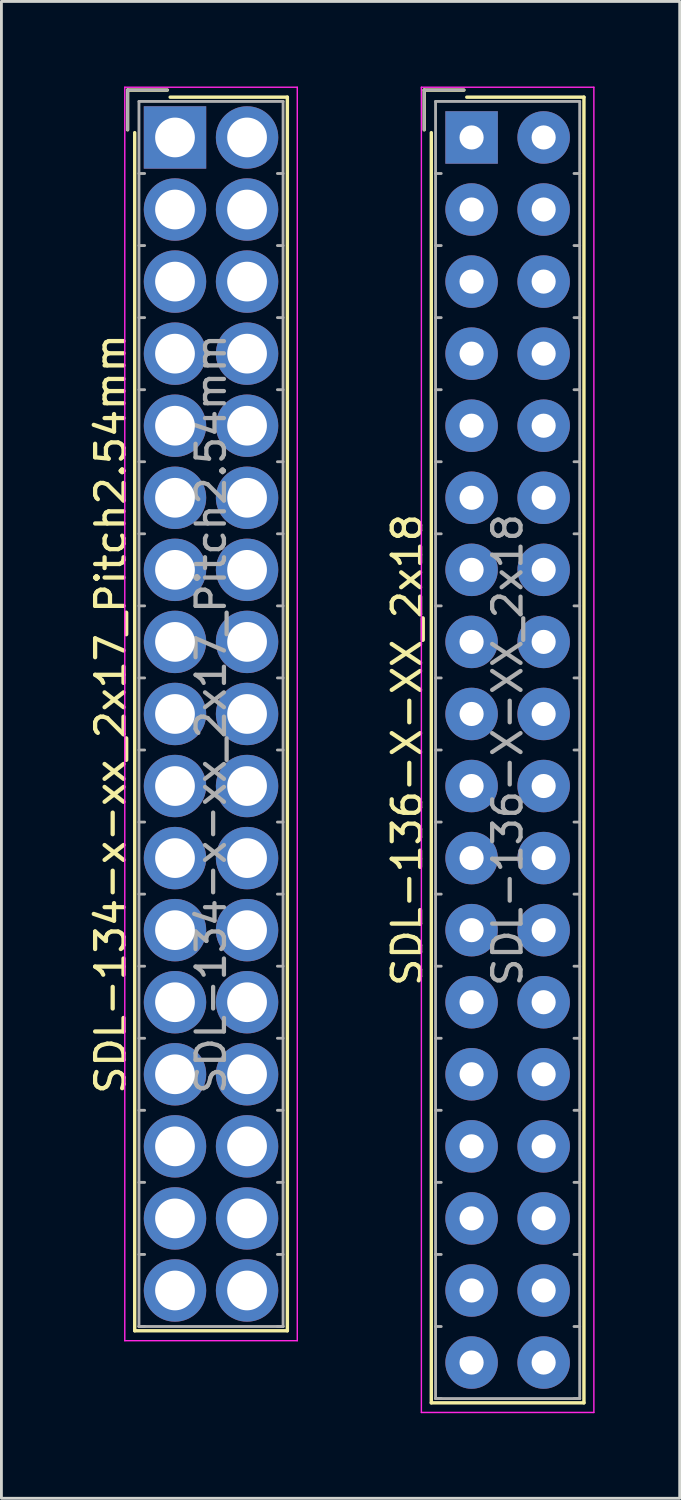
<source format=kicad_pcb>
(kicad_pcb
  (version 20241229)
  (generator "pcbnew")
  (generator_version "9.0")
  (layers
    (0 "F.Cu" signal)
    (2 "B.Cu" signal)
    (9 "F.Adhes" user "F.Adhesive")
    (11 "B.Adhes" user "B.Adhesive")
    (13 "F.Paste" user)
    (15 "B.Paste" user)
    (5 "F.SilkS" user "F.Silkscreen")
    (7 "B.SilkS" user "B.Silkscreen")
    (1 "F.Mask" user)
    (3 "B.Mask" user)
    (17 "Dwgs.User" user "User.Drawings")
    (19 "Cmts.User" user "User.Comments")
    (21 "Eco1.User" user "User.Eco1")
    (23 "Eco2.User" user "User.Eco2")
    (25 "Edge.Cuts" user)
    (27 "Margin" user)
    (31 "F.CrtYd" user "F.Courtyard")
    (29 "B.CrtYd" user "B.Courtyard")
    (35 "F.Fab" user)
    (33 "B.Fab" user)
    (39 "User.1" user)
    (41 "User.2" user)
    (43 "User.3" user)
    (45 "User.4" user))
  (footprint "SDL-136-X-XX_2x18"
    (layer "F.Cu")
    (at 13.572 1.795)
    (property "Reference" "SDL-136-X-XX_2x18" (at -2.27 21.59 90) (layer "F.SilkS") (effects (font (size 1 1) (thickness 0.15))))
    (attr through_hole)
    (fp_line (start -1.67 -1.67) (end -1.67 -0.27) (stroke (width 0.12) (type solid)) (layer "F.SilkS"))
    (fp_line (start -1.42 44.6) (end -1.42 -0.17) (stroke (width 0.12) (type solid)) (layer "F.SilkS"))
    (fp_line (start -0.27 -1.67) (end -1.67 -1.67) (stroke (width 0.12) (type solid)) (layer "F.SilkS"))
    (fp_line (start -0.17 -1.42) (end 3.96 -1.42) (stroke (width 0.12) (type solid)) (layer "F.SilkS"))
    (fp_line (start 3.96 -1.42) (end 3.96 44.6) (stroke (width 0.12) (type solid)) (layer "F.SilkS"))
    (fp_line (start 3.96 44.6) (end -1.42 44.6) (stroke (width 0.12) (type solid)) (layer "F.SilkS"))
    (fp_line (start -1.77 -1.77) (end -1.77 44.94) (stroke (width 0.05) (type solid)) (layer "F.CrtYd"))
    (fp_line (start -1.77 44.94) (end 4.31 44.94) (stroke (width 0.05) (type solid)) (layer "F.CrtYd"))
    (fp_line (start 4.31 -1.77) (end -1.77 -1.77) (stroke (width 0.05) (type solid)) (layer "F.CrtYd"))
    (fp_line (start 4.31 44.94) (end 4.31 -1.77) (stroke (width 0.05) (type solid)) (layer "F.CrtYd"))
    (fp_line (start -1.67 -1.67) (end -1.67 -0.27) (stroke (width 0.1) (type solid)) (layer "F.Fab"))
    (fp_line (start -1.27 -1.27) (end -1.27 44.45) (stroke (width 0.1) (type solid)) (layer "F.Fab"))
    (fp_line (start -1.27 1.27) (end -1.07 1.27) (stroke (width 0.1) (type solid)) (layer "F.Fab"))
    (fp_line (start -1.27 3.81) (end -1.07 3.81) (stroke (width 0.1) (type solid)) (layer "F.Fab"))
    (fp_line (start -1.27 6.35) (end -1.07 6.35) (stroke (width 0.1) (type solid)) (layer "F.Fab"))
    (fp_line (start -1.27 8.89) (end -1.07 8.89) (stroke (width 0.1) (type solid)) (layer "F.Fab"))
    (fp_line (start -1.27 11.43) (end -1.07 11.43) (stroke (width 0.1) (type solid)) (layer "F.Fab"))
    (fp_line (start -1.27 13.97) (end -1.07 13.97) (stroke (width 0.1) (type solid)) (layer "F.Fab"))
    (fp_line (start -1.27 16.51) (end -1.07 16.51) (stroke (width 0.1) (type solid)) (layer "F.Fab"))
    (fp_line (start -1.27 19.05) (end -1.07 19.05) (stroke (width 0.1) (type solid)) (layer "F.Fab"))
    (fp_line (start -1.27 21.59) (end -1.07 21.59) (stroke (width 0.1) (type solid)) (layer "F.Fab"))
    (fp_line (start -1.27 24.13) (end -1.07 24.13) (stroke (width 0.1) (type solid)) (layer "F.Fab"))
    (fp_line (start -1.27 26.67) (end -1.07 26.67) (stroke (width 0.1) (type solid)) (layer "F.Fab"))
    (fp_line (start -1.27 29.21) (end -1.07 29.21) (stroke (width 0.1) (type solid)) (layer "F.Fab"))
    (fp_line (start -1.27 31.75) (end -1.07 31.75) (stroke (width 0.1) (type solid)) (layer "F.Fab"))
    (fp_line (start -1.27 34.29) (end -1.07 34.29) (stroke (width 0.1) (type solid)) (layer "F.Fab"))
    (fp_line (start -1.27 36.83) (end -1.07 36.83) (stroke (width 0.1) (type solid)) (layer "F.Fab"))
    (fp_line (start -1.27 39.37) (end -1.07 39.37) (stroke (width 0.1) (type solid)) (layer "F.Fab"))
    (fp_line (start -1.27 41.91) (end -1.07 41.91) (stroke (width 0.1) (type solid)) (layer "F.Fab"))
    (fp_line (start -1.27 44.45) (end -1.07 44.45) (stroke (width 0.1) (type solid)) (layer "F.Fab"))
    (fp_line (start -1.27 44.45) (end 3.81 44.45) (stroke (width 0.1) (type solid)) (layer "F.Fab"))
    (fp_line (start -0.27 -1.67) (end -1.67 -1.67) (stroke (width 0.1) (type solid)) (layer "F.Fab"))
    (fp_line (start 3.81 -1.27) (end -1.27 -1.27) (stroke (width 0.1) (type solid)) (layer "F.Fab"))
    (fp_line (start 3.81 1.27) (end 3.61 1.27) (stroke (width 0.1) (type solid)) (layer "F.Fab"))
    (fp_line (start 3.81 3.81) (end 3.61 3.81) (stroke (width 0.1) (type solid)) (layer "F.Fab"))
    (fp_line (start 3.81 6.35) (end 3.61 6.35) (stroke (width 0.1) (type solid)) (layer "F.Fab"))
    (fp_line (start 3.81 8.89) (end 3.61 8.89) (stroke (width 0.1) (type solid)) (layer "F.Fab"))
    (fp_line (start 3.81 11.43) (end 3.61 11.43) (stroke (width 0.1) (type solid)) (layer "F.Fab"))
    (fp_line (start 3.81 13.97) (end 3.61 13.97) (stroke (width 0.1) (type solid)) (layer "F.Fab"))
    (fp_line (start 3.81 16.51) (end 3.61 16.51) (stroke (width 0.1) (type solid)) (layer "F.Fab"))
    (fp_line (start 3.81 19.05) (end 3.61 19.05) (stroke (width 0.1) (type solid)) (layer "F.Fab"))
    (fp_line (start 3.81 21.59) (end 3.61 21.59) (stroke (width 0.1) (type solid)) (layer "F.Fab"))
    (fp_line (start 3.81 24.13) (end 3.61 24.13) (stroke (width 0.1) (type solid)) (layer "F.Fab"))
    (fp_line (start 3.81 26.67) (end 3.61 26.67) (stroke (width 0.1) (type solid)) (layer "F.Fab"))
    (fp_line (start 3.81 29.21) (end 3.61 29.21) (stroke (width 0.1) (type solid)) (layer "F.Fab"))
    (fp_line (start 3.81 31.75) (end 3.61 31.75) (stroke (width 0.1) (type solid)) (layer "F.Fab"))
    (fp_line (start 3.81 34.29) (end 3.61 34.29) (stroke (width 0.1) (type solid)) (layer "F.Fab"))
    (fp_line (start 3.81 36.83) (end 3.61 36.83) (stroke (width 0.1) (type solid)) (layer "F.Fab"))
    (fp_line (start 3.81 39.37) (end 3.61 39.37) (stroke (width 0.1) (type solid)) (layer "F.Fab"))
    (fp_line (start 3.81 41.91) (end 3.61 41.91) (stroke (width 0.1) (type solid)) (layer "F.Fab"))
    (fp_line (start 3.81 44.45) (end 3.61 44.45) (stroke (width 0.1) (type solid)) (layer "F.Fab"))
    (fp_line (start 3.81 44.45) (end 3.81 -1.27) (stroke (width 0.1) (type solid)) (layer "F.Fab"))
    (fp_text user "${REFERENCE}" (at 1.27 21.59 90) (layer "F.Fab") (effects (font (size 1 1) (thickness 0.15))))
    (pad "1" thru_hole rect (at 0 0) (size 1.85 1.85) (drill 0.85) (layers "*.Cu" "*.Mask"))
    (pad "2" thru_hole circle (at 2.54 0) (size 1.85 1.85) (drill 0.85) (layers "*.Cu" "*.Mask"))
    (pad "3" thru_hole circle (at 0 2.54) (size 1.85 1.85) (drill 0.85) (layers "*.Cu" "*.Mask"))
    (pad "4" thru_hole circle (at 2.54 2.54) (size 1.85 1.85) (drill 0.85) (layers "*.Cu" "*.Mask"))
    (pad "5" thru_hole circle (at 0 5.08) (size 1.85 1.85) (drill 0.85) (layers "*.Cu" "*.Mask"))
    (pad "6" thru_hole circle (at 2.54 5.08) (size 1.85 1.85) (drill 0.85) (layers "*.Cu" "*.Mask"))
    (pad "7" thru_hole circle (at 0 7.62) (size 1.85 1.85) (drill 0.85) (layers "*.Cu" "*.Mask"))
    (pad "8" thru_hole circle (at 2.54 7.62) (size 1.85 1.85) (drill 0.85) (layers "*.Cu" "*.Mask"))
    (pad "9" thru_hole circle (at 0 10.16) (size 1.85 1.85) (drill 0.85) (layers "*.Cu" "*.Mask"))
    (pad "10" thru_hole circle (at 2.54 10.16) (size 1.85 1.85) (drill 0.85) (layers "*.Cu" "*.Mask"))
    (pad "11" thru_hole circle (at 0 12.7) (size 1.85 1.85) (drill 0.85) (layers "*.Cu" "*.Mask"))
    (pad "12" thru_hole circle (at 2.54 12.7) (size 1.85 1.85) (drill 0.85) (layers "*.Cu" "*.Mask"))
    (pad "13" thru_hole circle (at 0 15.24) (size 1.85 1.85) (drill 0.85) (layers "*.Cu" "*.Mask"))
    (pad "14" thru_hole circle (at 2.54 15.24) (size 1.85 1.85) (drill 0.85) (layers "*.Cu" "*.Mask"))
    (pad "15" thru_hole circle (at 0 17.78) (size 1.85 1.85) (drill 0.85) (layers "*.Cu" "*.Mask"))
    (pad "16" thru_hole circle (at 2.54 17.78) (size 1.85 1.85) (drill 0.85) (layers "*.Cu" "*.Mask"))
    (pad "17" thru_hole circle (at 0 20.32) (size 1.85 1.85) (drill 0.85) (layers "*.Cu" "*.Mask"))
    (pad "18" thru_hole circle (at 2.54 20.32) (size 1.85 1.85) (drill 0.85) (layers "*.Cu" "*.Mask"))
    (pad "19" thru_hole circle (at 0 22.86) (size 1.85 1.85) (drill 0.85) (layers "*.Cu" "*.Mask"))
    (pad "20" thru_hole circle (at 2.54 22.86) (size 1.85 1.85) (drill 0.85) (layers "*.Cu" "*.Mask"))
    (pad "21" thru_hole circle (at 0 25.4) (size 1.85 1.85) (drill 0.85) (layers "*.Cu" "*.Mask"))
    (pad "22" thru_hole circle (at 2.54 25.4) (size 1.85 1.85) (drill 0.85) (layers "*.Cu" "*.Mask"))
    (pad "23" thru_hole circle (at 0 27.94) (size 1.85 1.85) (drill 0.85) (layers "*.Cu" "*.Mask"))
    (pad "24" thru_hole circle (at 2.54 27.94) (size 1.85 1.85) (drill 0.85) (layers "*.Cu" "*.Mask"))
    (pad "25" thru_hole circle (at 0 30.48) (size 1.85 1.85) (drill 0.85) (layers "*.Cu" "*.Mask"))
    (pad "26" thru_hole circle (at 2.54 30.48) (size 1.85 1.85) (drill 0.85) (layers "*.Cu" "*.Mask"))
    (pad "27" thru_hole circle (at 0 33.02) (size 1.85 1.85) (drill 0.85) (layers "*.Cu" "*.Mask"))
    (pad "28" thru_hole circle (at 2.54 33.02) (size 1.85 1.85) (drill 0.85) (layers "*.Cu" "*.Mask"))
    (pad "29" thru_hole circle (at 0 35.56) (size 1.85 1.85) (drill 0.85) (layers "*.Cu" "*.Mask"))
    (pad "30" thru_hole circle (at 2.54 35.56) (size 1.85 1.85) (drill 0.85) (layers "*.Cu" "*.Mask"))
    (pad "31" thru_hole circle (at 0 38.1) (size 1.85 1.85) (drill 0.85) (layers "*.Cu" "*.Mask"))
    (pad "32" thru_hole circle (at 2.54 38.1) (size 1.85 1.85) (drill 0.85) (layers "*.Cu" "*.Mask"))
    (pad "33" thru_hole circle (at 0 40.64) (size 1.85 1.85) (drill 0.85) (layers "*.Cu" "*.Mask"))
    (pad "34" thru_hole circle (at 2.54 40.64) (size 1.85 1.85) (drill 0.85) (layers "*.Cu" "*.Mask"))
    (pad "35" thru_hole circle (at 0 43.18) (size 1.85 1.85) (drill 0.85) (layers "*.Cu" "*.Mask"))
    (pad "36" thru_hole circle (at 2.54 43.18) (size 1.85 1.85) (drill 0.85) (layers "*.Cu" "*.Mask")))
  (footprint "SDL-134-x-xx_2x17_Pitch2.54mm"
    (layer "F.Cu")
    (at 3.118 1.795)
    (property "Reference" "SDL-134-x-xx_2x17_Pitch2.54mm" (at -2.27 20.32 90) (layer "F.SilkS") (effects (font (size 1 1) (thickness 0.15))))
    (attr through_hole)
    (fp_line (start -1.67 -1.67) (end -1.67 -0.27) (stroke (width 0.12) (type solid)) (layer "F.SilkS"))
    (fp_line (start -1.42 42.06) (end -1.42 -0.17) (stroke (width 0.12) (type solid)) (layer "F.SilkS"))
    (fp_line (start -0.27 -1.67) (end -1.67 -1.67) (stroke (width 0.12) (type solid)) (layer "F.SilkS"))
    (fp_line (start -0.17 -1.42) (end 3.96 -1.42) (stroke (width 0.12) (type solid)) (layer "F.SilkS"))
    (fp_line (start 3.96 -1.42) (end 3.96 42.06) (stroke (width 0.12) (type solid)) (layer "F.SilkS"))
    (fp_line (start 3.96 42.06) (end -1.42 42.06) (stroke (width 0.12) (type solid)) (layer "F.SilkS"))
    (fp_line (start -1.77 -1.77) (end -1.77 42.41) (stroke (width 0.05) (type solid)) (layer "F.CrtYd"))
    (fp_line (start -1.77 42.41) (end 4.31 42.41) (stroke (width 0.05) (type solid)) (layer "F.CrtYd"))
    (fp_line (start 4.31 -1.77) (end -1.77 -1.77) (stroke (width 0.05) (type solid)) (layer "F.CrtYd"))
    (fp_line (start 4.31 42.41) (end 4.31 -1.77) (stroke (width 0.05) (type solid)) (layer "F.CrtYd"))
    (fp_line (start -1.67 -1.67) (end -1.67 -0.27) (stroke (width 0.1) (type solid)) (layer "F.Fab"))
    (fp_line (start -1.27 -1.27) (end -1.27 41.91) (stroke (width 0.1) (type solid)) (layer "F.Fab"))
    (fp_line (start -1.27 1.27) (end -1.07 1.27) (stroke (width 0.1) (type solid)) (layer "F.Fab"))
    (fp_line (start -1.27 3.81) (end -1.07 3.81) (stroke (width 0.1) (type solid)) (layer "F.Fab"))
    (fp_line (start -1.27 6.35) (end -1.07 6.35) (stroke (width 0.1) (type solid)) (layer "F.Fab"))
    (fp_line (start -1.27 8.89) (end -1.07 8.89) (stroke (width 0.1) (type solid)) (layer "F.Fab"))
    (fp_line (start -1.27 11.43) (end -1.07 11.43) (stroke (width 0.1) (type solid)) (layer "F.Fab"))
    (fp_line (start -1.27 13.97) (end -1.07 13.97) (stroke (width 0.1) (type solid)) (layer "F.Fab"))
    (fp_line (start -1.27 16.51) (end -1.07 16.51) (stroke (width 0.1) (type solid)) (layer "F.Fab"))
    (fp_line (start -1.27 19.05) (end -1.07 19.05) (stroke (width 0.1) (type solid)) (layer "F.Fab"))
    (fp_line (start -1.27 21.59) (end -1.07 21.59) (stroke (width 0.1) (type solid)) (layer "F.Fab"))
    (fp_line (start -1.27 24.13) (end -1.07 24.13) (stroke (width 0.1) (type solid)) (layer "F.Fab"))
    (fp_line (start -1.27 26.67) (end -1.07 26.67) (stroke (width 0.1) (type solid)) (layer "F.Fab"))
    (fp_line (start -1.27 29.21) (end -1.07 29.21) (stroke (width 0.1) (type solid)) (layer "F.Fab"))
    (fp_line (start -1.27 31.75) (end -1.07 31.75) (stroke (width 0.1) (type solid)) (layer "F.Fab"))
    (fp_line (start -1.27 34.29) (end -1.07 34.29) (stroke (width 0.1) (type solid)) (layer "F.Fab"))
    (fp_line (start -1.27 36.83) (end -1.07 36.83) (stroke (width 0.1) (type solid)) (layer "F.Fab"))
    (fp_line (start -1.27 39.37) (end -1.07 39.37) (stroke (width 0.1) (type solid)) (layer "F.Fab"))
    (fp_line (start -1.27 41.91) (end -1.07 41.91) (stroke (width 0.1) (type solid)) (layer "F.Fab"))
    (fp_line (start -1.27 41.91) (end 3.81 41.91) (stroke (width 0.1) (type solid)) (layer "F.Fab"))
    (fp_line (start -0.27 -1.67) (end -1.67 -1.67) (stroke (width 0.1) (type solid)) (layer "F.Fab"))
    (fp_line (start 3.81 -1.27) (end -1.27 -1.27) (stroke (width 0.1) (type solid)) (layer "F.Fab"))
    (fp_line (start 3.81 1.27) (end 3.61 1.27) (stroke (width 0.1) (type solid)) (layer "F.Fab"))
    (fp_line (start 3.81 3.81) (end 3.61 3.81) (stroke (width 0.1) (type solid)) (layer "F.Fab"))
    (fp_line (start 3.81 6.35) (end 3.61 6.35) (stroke (width 0.1) (type solid)) (layer "F.Fab"))
    (fp_line (start 3.81 8.89) (end 3.61 8.89) (stroke (width 0.1) (type solid)) (layer "F.Fab"))
    (fp_line (start 3.81 11.43) (end 3.61 11.43) (stroke (width 0.1) (type solid)) (layer "F.Fab"))
    (fp_line (start 3.81 13.97) (end 3.61 13.97) (stroke (width 0.1) (type solid)) (layer "F.Fab"))
    (fp_line (start 3.81 16.51) (end 3.61 16.51) (stroke (width 0.1) (type solid)) (layer "F.Fab"))
    (fp_line (start 3.81 19.05) (end 3.61 19.05) (stroke (width 0.1) (type solid)) (layer "F.Fab"))
    (fp_line (start 3.81 21.59) (end 3.61 21.59) (stroke (width 0.1) (type solid)) (layer "F.Fab"))
    (fp_line (start 3.81 24.13) (end 3.61 24.13) (stroke (width 0.1) (type solid)) (layer "F.Fab"))
    (fp_line (start 3.81 26.67) (end 3.61 26.67) (stroke (width 0.1) (type solid)) (layer "F.Fab"))
    (fp_line (start 3.81 29.21) (end 3.61 29.21) (stroke (width 0.1) (type solid)) (layer "F.Fab"))
    (fp_line (start 3.81 31.75) (end 3.61 31.75) (stroke (width 0.1) (type solid)) (layer "F.Fab"))
    (fp_line (start 3.81 34.29) (end 3.61 34.29) (stroke (width 0.1) (type solid)) (layer "F.Fab"))
    (fp_line (start 3.81 36.83) (end 3.61 36.83) (stroke (width 0.1) (type solid)) (layer "F.Fab"))
    (fp_line (start 3.81 39.37) (end 3.61 39.37) (stroke (width 0.1) (type solid)) (layer "F.Fab"))
    (fp_line (start 3.81 41.91) (end 3.61 41.91) (stroke (width 0.1) (type solid)) (layer "F.Fab"))
    (fp_line (start 3.81 41.91) (end 3.81 -1.27) (stroke (width 0.1) (type solid)) (layer "F.Fab"))
    (fp_text user "${REFERENCE}" (at 1.27 20.32 90) (layer "F.Fab") (effects (font (size 1 1) (thickness 0.15))))
    (pad "1" thru_hole rect (at 0 0) (size 2.2 2.2) (drill 1.4) (layers "*.Cu" "*.Mask"))
    (pad "2" thru_hole circle (at 2.54 0) (size 2.2 2.2) (drill 1.4) (layers "*.Cu" "*.Mask"))
    (pad "3" thru_hole circle (at 0 2.54) (size 2.2 2.2) (drill 1.4) (layers "*.Cu" "*.Mask"))
    (pad "4" thru_hole circle (at 2.54 2.54) (size 2.2 2.2) (drill 1.4) (layers "*.Cu" "*.Mask"))
    (pad "5" thru_hole circle (at 0 5.08) (size 2.2 2.2) (drill 1.4) (layers "*.Cu" "*.Mask"))
    (pad "6" thru_hole circle (at 2.54 5.08) (size 2.2 2.2) (drill 1.4) (layers "*.Cu" "*.Mask"))
    (pad "7" thru_hole circle (at 0 7.62) (size 2.2 2.2) (drill 1.4) (layers "*.Cu" "*.Mask"))
    (pad "8" thru_hole circle (at 2.54 7.62) (size 2.2 2.2) (drill 1.4) (layers "*.Cu" "*.Mask"))
    (pad "9" thru_hole circle (at 0 10.16) (size 2.2 2.2) (drill 1.4) (layers "*.Cu" "*.Mask"))
    (pad "10" thru_hole circle (at 2.54 10.16) (size 2.2 2.2) (drill 1.4) (layers "*.Cu" "*.Mask"))
    (pad "11" thru_hole circle (at 0 12.7) (size 2.2 2.2) (drill 1.4) (layers "*.Cu" "*.Mask"))
    (pad "12" thru_hole circle (at 2.54 12.7) (size 2.2 2.2) (drill 1.4) (layers "*.Cu" "*.Mask"))
    (pad "13" thru_hole circle (at 0 15.24) (size 2.2 2.2) (drill 1.4) (layers "*.Cu" "*.Mask"))
    (pad "14" thru_hole circle (at 2.54 15.24) (size 2.2 2.2) (drill 1.4) (layers "*.Cu" "*.Mask"))
    (pad "15" thru_hole circle (at 0 17.78) (size 2.2 2.2) (drill 1.4) (layers "*.Cu" "*.Mask"))
    (pad "16" thru_hole circle (at 2.54 17.78) (size 2.2 2.2) (drill 1.4) (layers "*.Cu" "*.Mask"))
    (pad "17" thru_hole circle (at 0 20.32) (size 2.2 2.2) (drill 1.4) (layers "*.Cu" "*.Mask"))
    (pad "18" thru_hole circle (at 2.54 20.32) (size 2.2 2.2) (drill 1.4) (layers "*.Cu" "*.Mask"))
    (pad "19" thru_hole circle (at 0 22.86) (size 2.2 2.2) (drill 1.4) (layers "*.Cu" "*.Mask"))
    (pad "20" thru_hole circle (at 2.54 22.86) (size 2.2 2.2) (drill 1.4) (layers "*.Cu" "*.Mask"))
    (pad "21" thru_hole circle (at 0 25.4) (size 2.2 2.2) (drill 1.4) (layers "*.Cu" "*.Mask"))
    (pad "22" thru_hole circle (at 2.54 25.4) (size 2.2 2.2) (drill 1.4) (layers "*.Cu" "*.Mask"))
    (pad "23" thru_hole circle (at 0 27.94) (size 2.2 2.2) (drill 1.4) (layers "*.Cu" "*.Mask"))
    (pad "24" thru_hole circle (at 2.54 27.94) (size 2.2 2.2) (drill 1.4) (layers "*.Cu" "*.Mask"))
    (pad "25" thru_hole circle (at 0 30.48) (size 2.2 2.2) (drill 1.4) (layers "*.Cu" "*.Mask"))
    (pad "26" thru_hole circle (at 2.54 30.48) (size 2.2 2.2) (drill 1.4) (layers "*.Cu" "*.Mask"))
    (pad "27" thru_hole circle (at 0 33.02) (size 2.2 2.2) (drill 1.4) (layers "*.Cu" "*.Mask"))
    (pad "28" thru_hole circle (at 2.54 33.02) (size 2.2 2.2) (drill 1.4) (layers "*.Cu" "*.Mask"))
    (pad "29" thru_hole circle (at 0 35.56) (size 2.2 2.2) (drill 1.4) (layers "*.Cu" "*.Mask"))
    (pad "30" thru_hole circle (at 2.54 35.56) (size 2.2 2.2) (drill 1.4) (layers "*.Cu" "*.Mask"))
    (pad "31" thru_hole circle (at 0 38.1) (size 2.2 2.2) (drill 1.4) (layers "*.Cu" "*.Mask"))
    (pad "32" thru_hole circle (at 2.54 38.1) (size 2.2 2.2) (drill 1.4) (layers "*.Cu" "*.Mask"))
    (pad "33" thru_hole circle (at 0 40.64) (size 2.2 2.2) (drill 1.4) (layers "*.Cu" "*.Mask"))
    (pad "34" thru_hole circle (at 2.54 40.64) (size 2.2 2.2) (drill 1.4) (layers "*.Cu" "*.Mask")))
  (gr_rect
    (start -3 -3)
    (end 20.907 49.76)
    (stroke (width 0.1) (type default))
    (fill no)
    (layer "Edge.Cuts")))
</source>
